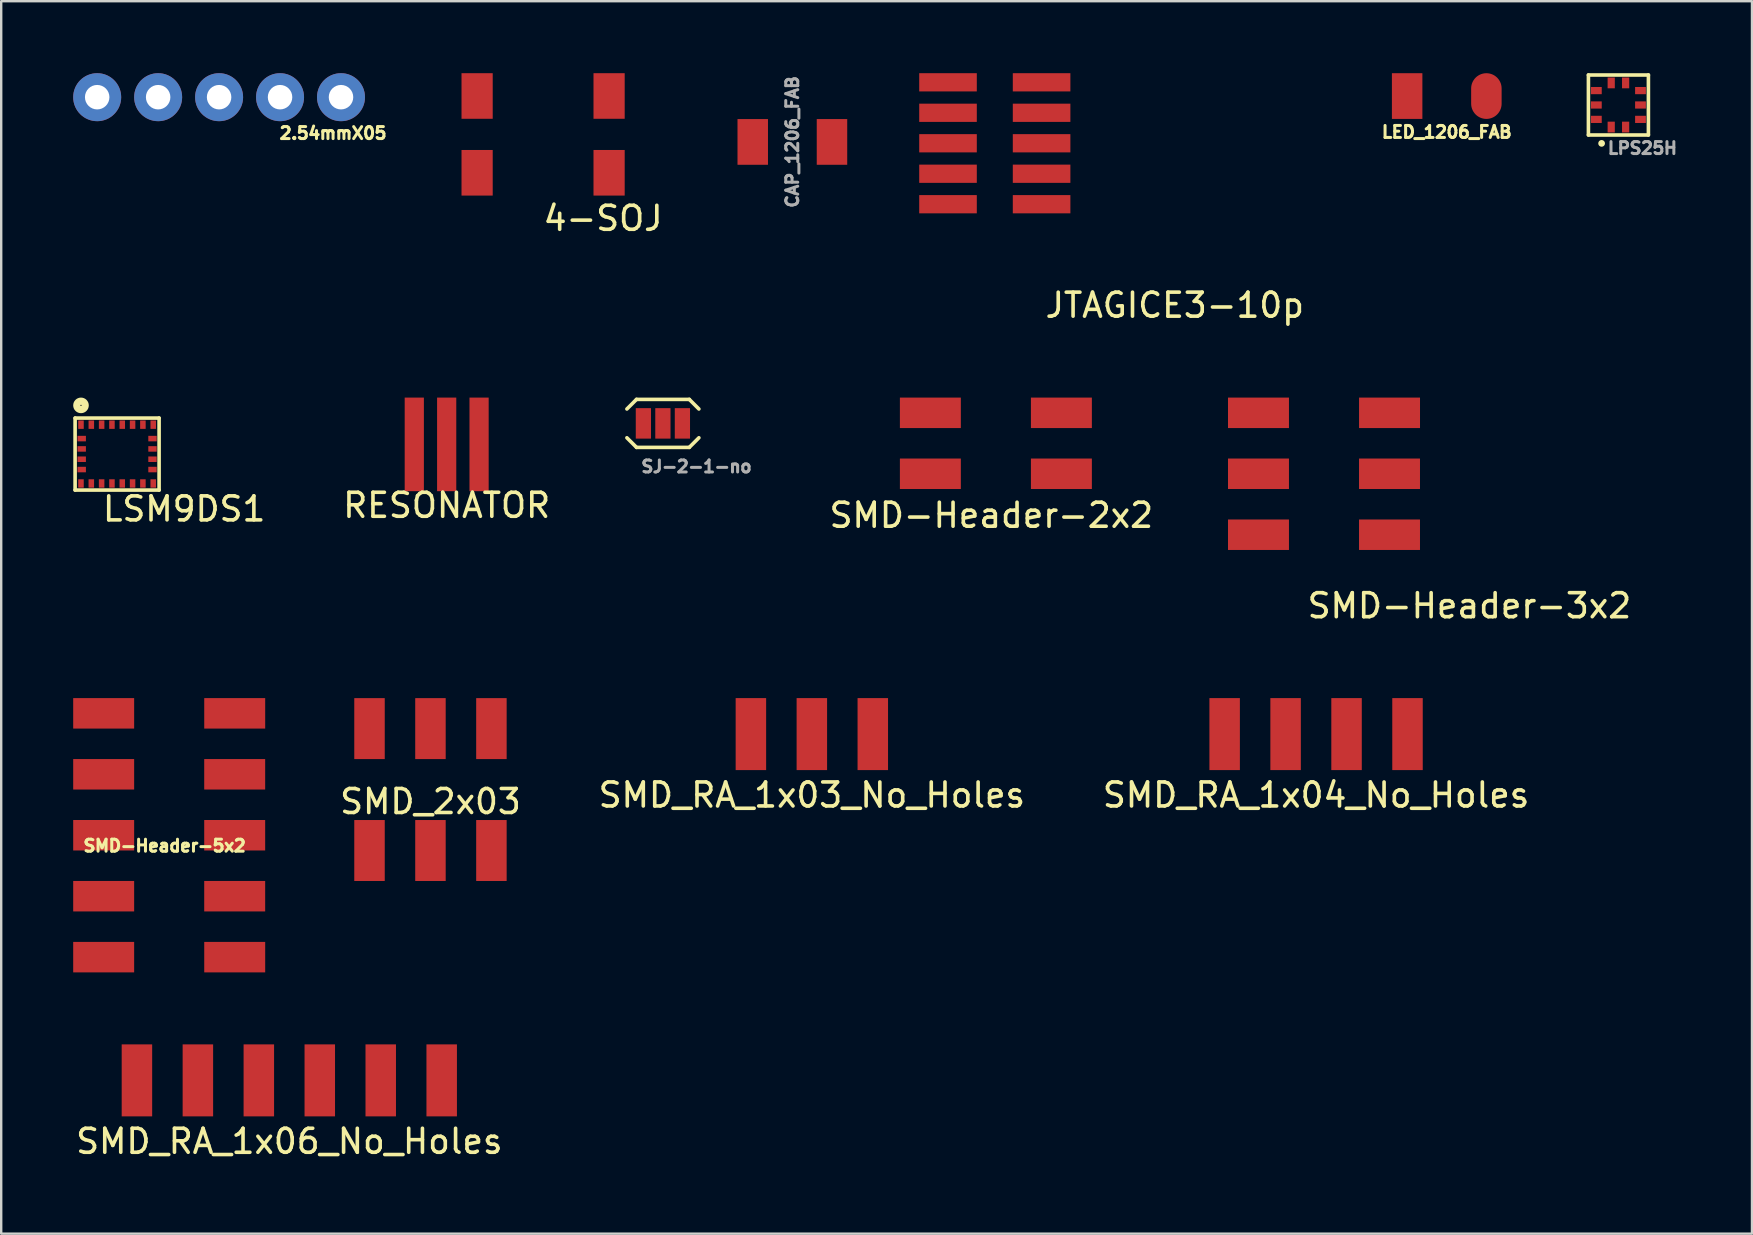
<source format=kicad_pcb>
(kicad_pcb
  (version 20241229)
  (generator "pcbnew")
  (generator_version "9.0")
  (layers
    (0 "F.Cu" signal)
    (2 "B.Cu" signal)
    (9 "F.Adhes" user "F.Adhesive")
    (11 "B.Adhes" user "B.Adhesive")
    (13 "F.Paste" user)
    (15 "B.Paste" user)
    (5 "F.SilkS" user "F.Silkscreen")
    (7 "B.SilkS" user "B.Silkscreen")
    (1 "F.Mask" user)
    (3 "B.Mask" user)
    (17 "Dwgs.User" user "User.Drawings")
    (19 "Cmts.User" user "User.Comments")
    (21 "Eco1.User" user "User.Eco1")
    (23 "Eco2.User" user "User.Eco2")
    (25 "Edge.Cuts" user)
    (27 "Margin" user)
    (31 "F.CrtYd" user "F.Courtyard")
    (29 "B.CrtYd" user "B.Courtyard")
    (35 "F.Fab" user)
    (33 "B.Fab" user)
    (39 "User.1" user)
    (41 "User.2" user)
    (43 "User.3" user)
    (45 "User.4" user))
  (footprint "CAP_1206_FAB"
    (layer "F.Cu")
    (at 29.969 2.864)
    (property "Reference" "CAP_1206_FAB" (at 0 0 90) (layer "F.Fab") (effects (font (size 0.5 0.5) (thickness 0.125))))
    (attr through_hole)
    (pad "1" smd rect (at -1.651 0) (size 1.27 1.905) (layers "F.Cu" "F.Mask" "F.Paste"))
    (pad "2" smd rect (at 1.651 0) (size 1.27 1.905) (layers "F.Cu" "F.Mask" "F.Paste")))
  (footprint "SMD-Header-5x2"
    (layer "F.Cu")
    (at 3.81 31.756)
    (property "Reference" "SMD-Header-5x2" (at 0 0.44 0) (layer "F.SilkS") (effects (font (size 0.5 0.5) (thickness 0.125))))
    (attr through_hole)
    (pad "1" smd rect (at -2.54 -5.08) (size 2.54 1.27) (layers "F.Cu" "F.Mask" "F.Paste"))
    (pad "2" smd rect (at 2.921 -5.08) (size 2.54 1.27) (layers "F.Cu" "F.Mask" "F.Paste"))
    (pad "3" smd rect (at -2.54 -2.54) (size 2.54 1.27) (layers "F.Cu" "F.Mask" "F.Paste"))
    (pad "4" smd rect (at 2.92 -2.54) (size 2.54 1.27) (layers "F.Cu" "F.Mask" "F.Paste"))
    (pad "5" smd rect (at -2.54 0) (size 2.54 1.27) (layers "F.Cu" "F.Mask" "F.Paste"))
    (pad "6" smd rect (at 2.92 0) (size 2.54 1.27) (layers "F.Cu" "F.Mask" "F.Paste"))
    (pad "7" smd rect (at -2.54 2.54) (size 2.54 1.27) (layers "F.Cu" "F.Mask" "F.Paste"))
    (pad "8" smd rect (at 2.92 2.54) (size 2.54 1.27) (layers "F.Cu" "F.Mask" "F.Paste"))
    (pad "9" smd rect (at -2.54 5.08) (size 2.54 1.27) (layers "F.Cu" "F.Mask" "F.Paste"))
    (pad "10" smd rect (at 2.921 5.08) (size 2.54 1.27) (layers "F.Cu" "F.Mask" "F.Paste")))
  (footprint "SJ-2-1-no"
    (layer "F.Cu")
    (at 24.574 14.593)
    (property "Reference" "SJ-2-1-no" (at 1.4 1.8 0) (layer "F.Fab") (effects (font (size 0.5 0.5) (thickness 0.125))))
    (attr through_hole)
    (fp_line (start -1.1 -1) (end -1.5 -0.6) (stroke (width 0.15) (type solid)) (layer "F.SilkS"))
    (fp_line (start -1.1 -1) (end 1.1 -1) (stroke (width 0.15) (type solid)) (layer "F.SilkS"))
    (fp_line (start -1.1 1) (end -1.5 0.6) (stroke (width 0.15) (type solid)) (layer "F.SilkS"))
    (fp_line (start 1.1 -1) (end 1.5 -0.6) (stroke (width 0.15) (type solid)) (layer "F.SilkS"))
    (fp_line (start 1.1 1) (end -1.1 1) (stroke (width 0.15) (type solid)) (layer "F.SilkS"))
    (fp_line (start 1.5 0.6) (end 1.1 1) (stroke (width 0.15) (type solid)) (layer "F.SilkS"))
    (pad "1" smd rect (at 0 0) (size 0.635 1.27) (layers "F.Cu" "F.Mask"))
    (pad "2" smd rect (at -0.813 0) (size 0.635 1.27) (layers "F.Cu" "F.Mask"))
    (pad "3" smd rect (at 0.813 0) (size 0.635 1.27) (layers "F.Cu" "F.Mask")))
  (footprint "4-SOJ"
    (layer "F.Cu")
    (at 19.582 2.55)
    (property "Reference" "4-SOJ" (at 2.5 3.5 0) (layer "F.SilkS") (effects (font (size 1 1) (thickness 0.15))))
    (attr through_hole)
    (pad "1" smd rect (at -2.75 1.6) (size 1.3 1.9) (layers "F.Cu" "F.Mask" "F.Paste"))
    (pad "2" smd rect (at 2.75 1.6) (size 1.3 1.9) (layers "F.Cu" "F.Mask" "F.Paste"))
    (pad "3" smd rect (at 2.75 -1.6) (size 1.3 1.9) (layers "F.Cu" "F.Mask" "F.Paste"))
    (pad "4" smd rect (at -2.75 -1.6) (size 1.3 1.9) (layers "F.Cu" "F.Mask" "F.Paste")))
  (footprint "SMD-Header-3x2"
    (layer "F.Cu")
    (at 51.933 16.693)
    (property "Reference" "SMD-Header-3x2" (at 6.25 5.5 0) (layer "F.SilkS") (effects (font (size 1 1) (thickness 0.15))))
    (attr through_hole)
    (pad "1" smd rect (at -2.54 -2.54) (size 2.54 1.27) (layers "F.Cu" "F.Mask" "F.Paste"))
    (pad "2" smd rect (at 2.921 -2.54) (size 2.54 1.27) (layers "F.Cu" "F.Mask" "F.Paste"))
    (pad "3" smd rect (at -2.54 0) (size 2.54 1.27) (layers "F.Cu" "F.Mask" "F.Paste"))
    (pad "4" smd rect (at 2.92 0) (size 2.54 1.27) (layers "F.Cu" "F.Mask" "F.Paste"))
    (pad "5" smd rect (at -2.54 2.54) (size 2.54 1.27) (layers "F.Cu" "F.Mask" "F.Paste"))
    (pad "6" smd rect (at 2.92 2.54) (size 2.54 1.27) (layers "F.Cu" "F.Mask" "F.Paste")))
  (footprint "LSM9DS1"
    (layer "F.Cu")
    (at 1.83 15.872)
    (property "Reference" "LSM9DS1" (at 2.794 2.286 0) (layer "F.SilkS") (effects (font (size 1 1) (thickness 0.15))))
    (attr through_hole)
    (fp_line (start -1.75 -1.5) (end 1.75 -1.5) (stroke (width 0.15) (type solid)) (layer "F.SilkS"))
    (fp_line (start -1.75 1.5) (end -1.75 -1.5) (stroke (width 0.15) (type solid)) (layer "F.SilkS"))
    (fp_line (start 1.75 -1.5) (end 1.75 1.5) (stroke (width 0.15) (type solid)) (layer "F.SilkS"))
    (fp_line (start 1.75 1.5) (end -1.75 1.5) (stroke (width 0.15) (type solid)) (layer "F.SilkS"))
    (fp_circle (center -1.505 -2.029) (end -1.505 -1.854) (stroke (width 0.3) (type solid)) (fill no) (layer "F.SilkS"))
    (pad "1" smd rect (at -1.505 -1.225) (size 0.23 0.35) (layers "F.Cu" "F.Mask"))
    (pad "2" smd rect (at -1.475 -0.645) (size 0.35 0.23) (layers "F.Cu" "F.Mask"))
    (pad "3" smd rect (at -1.475 -0.215) (size 0.35 0.23) (layers "F.Cu" "F.Mask"))
    (pad "4" smd rect (at -1.475 0.215) (size 0.35 0.23) (layers "F.Cu" "F.Mask"))
    (pad "5" smd rect (at -1.475 0.645) (size 0.35 0.23) (layers "F.Cu" "F.Mask"))
    (pad "6" smd rect (at -1.505 1.225) (size 0.23 0.35) (layers "F.Cu" "F.Mask"))
    (pad "7" smd rect (at -1.075 1.225) (size 0.23 0.35) (layers "F.Cu" "F.Mask"))
    (pad "8" smd rect (at -0.645 1.225) (size 0.23 0.35) (layers "F.Cu" "F.Mask"))
    (pad "9" smd rect (at -0.215 1.225) (size 0.23 0.35) (layers "F.Cu" "F.Mask"))
    (pad "10" smd rect (at 0.215 1.225) (size 0.23 0.35) (layers "F.Cu" "F.Mask"))
    (pad "11" smd rect (at 0.645 1.225) (size 0.23 0.35) (layers "F.Cu" "F.Mask"))
    (pad "12" smd rect (at 1.075 1.225) (size 0.23 0.35) (layers "F.Cu" "F.Mask"))
    (pad "13" smd rect (at 1.505 1.225) (size 0.23 0.35) (layers "F.Cu" "F.Mask"))
    (pad "14" smd rect (at 1.475 0.645) (size 0.35 0.23) (layers "F.Cu" "F.Mask"))
    (pad "15" smd rect (at 1.475 0.215) (size 0.35 0.23) (layers "F.Cu" "F.Mask"))
    (pad "16" smd rect (at 1.475 -0.215) (size 0.35 0.23) (layers "F.Cu" "F.Mask"))
    (pad "17" smd rect (at 1.475 -0.645) (size 0.35 0.23) (layers "F.Cu" "F.Mask"))
    (pad "18" smd rect (at 1.505 -1.225) (size 0.23 0.35) (layers "F.Cu" "F.Mask"))
    (pad "19" smd rect (at 1.075 -1.225) (size 0.23 0.35) (layers "F.Cu" "F.Mask"))
    (pad "20" smd rect (at 0.645 -1.225) (size 0.23 0.35) (layers "F.Cu" "F.Mask"))
    (pad "21" smd rect (at 0.215 -1.225) (size 0.23 0.35) (layers "F.Cu" "F.Mask"))
    (pad "22" smd rect (at -0.215 -1.225) (size 0.23 0.35) (layers "F.Cu" "F.Mask"))
    (pad "23" smd rect (at -0.645 -1.225) (size 0.23 0.35) (layers "F.Cu" "F.Mask"))
    (pad "24" smd rect (at -1.075 -1.225) (size 0.23 0.35) (layers "F.Cu" "F.Mask")))
  (footprint "LED_1206_FAB"
    (layer "F.Cu")
    (at 57.239 0.953)
    (property "Reference" "LED_1206_FAB" (at 0 1.5 0) (layer "F.SilkS") (effects (font (size 0.5 0.5) (thickness 0.125))))
    (attr through_hole)
    (pad "1" smd rect (at -1.651 0) (size 1.27 1.905) (layers "F.Cu" "F.Mask" "F.Paste"))
    (pad "2" smd oval (at 1.651 0) (size 1.27 1.905) (layers "F.Cu" "F.Mask" "F.Paste")))
  (footprint "LPS25H"
    (layer "F.Cu")
    (at 64.392 1.325)
    (property "Reference" "LPS25H" (at 1 1.8 0) (layer "F.Fab") (effects (font (size 0.5 0.5) (thickness 0.125))))
    (attr through_hole)
    (fp_line (start -1.25 -1.25) (end 1.25 -1.25) (stroke (width 0.15) (type solid)) (layer "F.SilkS"))
    (fp_line (start -1.25 1.25) (end -1.25 -1.25) (stroke (width 0.15) (type solid)) (layer "F.SilkS"))
    (fp_line (start 1.25 -1.25) (end 1.25 1.25) (stroke (width 0.15) (type solid)) (layer "F.SilkS"))
    (fp_line (start 1.25 1.25) (end -1.25 1.25) (stroke (width 0.15) (type solid)) (layer "F.SilkS"))
    (fp_circle (center -0.7 1.6) (end -0.75 1.65) (stroke (width 0.14) (type solid)) (fill no) (layer "F.SilkS"))
    (pad "1" smd rect (at -0.3 0.92) (size 0.3 0.45) (layers "F.Cu" "F.Mask" "F.Paste"))
    (pad "2" smd rect (at 0.3 0.92) (size 0.3 0.45) (layers "F.Cu" "F.Mask" "F.Paste"))
    (pad "3" smd rect (at 0.92 0.6 90) (size 0.3 0.45) (layers "F.Cu" "F.Mask" "F.Paste"))
    (pad "4" smd rect (at 0.92 0 90) (size 0.3 0.45) (layers "F.Cu" "F.Mask" "F.Paste"))
    (pad "5" smd rect (at 0.92 -0.6 90) (size 0.3 0.45) (layers "F.Cu" "F.Mask" "F.Paste"))
    (pad "6" smd rect (at 0.3 -0.92) (size 0.3 0.45) (layers "F.Cu" "F.Mask" "F.Paste"))
    (pad "7" smd rect (at -0.3 -0.92) (size 0.3 0.45) (layers "F.Cu" "F.Mask" "F.Paste"))
    (pad "8" smd rect (at -0.92 -0.6 90) (size 0.3 0.45) (layers "F.Cu" "F.Mask" "F.Paste"))
    (pad "9" smd rect (at -0.92 0 90) (size 0.3 0.45) (layers "F.Cu" "F.Mask" "F.Paste"))
    (pad "10" smd rect (at -0.92 0.6 90) (size 0.3 0.45) (layers "F.Cu" "F.Mask" "F.Paste")))
  (footprint "SMD_2x03"
    (layer "F.Cu")
    (at 14.888 29.852)
    (property "Reference" "SMD_2x03" (at 0 0.5 0) (layer "F.SilkS") (effects (font (size 1 1) (thickness 0.15))))
    (attr through_hole)
    (pad "1" smd rect (at -2.54 2.54) (size 1.27 2.54) (layers "F.Cu" "F.Mask" "F.Paste"))
    (pad "2" smd rect (at -2.54 -2.54) (size 1.27 2.54) (layers "F.Cu" "F.Mask" "F.Paste"))
    (pad "3" smd rect (at 0 2.54) (size 1.27 2.54) (layers "F.Cu" "F.Mask" "F.Paste"))
    (pad "4" smd rect (at 0 -2.54) (size 1.27 2.54) (layers "F.Cu" "F.Mask" "F.Paste"))
    (pad "5" smd rect (at 2.54 2.54) (size 1.27 2.54) (layers "F.Cu" "F.Mask" "F.Paste"))
    (pad "6" smd rect (at 2.54 -2.54) (size 1.27 2.54) (layers "F.Cu" "F.Mask" "F.Paste")))
  (footprint "JTAGICE3-10p"
    (layer "F.Cu")
    (at 38.405 2.92)
    (property "Reference" "JTAGICE3-10p" (at 7.5 6.75 0) (layer "F.SilkS") (effects (font (size 1 1) (thickness 0.15))))
    (attr through_hole)
    (pad "1" smd rect (at -1.95 -2.54) (size 2.4 0.76) (layers "F.Cu" "F.Mask" "F.Paste"))
    (pad "2" smd rect (at 1.95 -2.54) (size 2.4 0.76) (layers "F.Cu" "F.Mask" "F.Paste"))
    (pad "3" smd rect (at -1.95 -1.27) (size 2.4 0.76) (layers "F.Cu" "F.Mask" "F.Paste"))
    (pad "4" smd rect (at 1.95 -1.27) (size 2.4 0.76) (layers "F.Cu" "F.Mask" "F.Paste"))
    (pad "5" smd rect (at -1.95 0) (size 2.4 0.76) (layers "F.Cu" "F.Mask" "F.Paste"))
    (pad "6" smd rect (at 1.95 0) (size 2.4 0.76) (layers "F.Cu" "F.Mask" "F.Paste"))
    (pad "7" smd rect (at -1.95 1.27) (size 2.4 0.76) (layers "F.Cu" "F.Mask" "F.Paste"))
    (pad "8" smd rect (at 1.95 1.27) (size 2.4 0.76) (layers "F.Cu" "F.Mask" "F.Paste"))
    (pad "9" smd rect (at -1.95 2.54) (size 2.4 0.76) (layers "F.Cu" "F.Mask" "F.Paste"))
    (pad "10" smd rect (at 1.95 2.54) (size 2.4 0.76) (layers "F.Cu" "F.Mask" "F.Paste")))
  (footprint "SMD-Header-2x2"
    (layer "F.Cu")
    (at 38.26 15.423)
    (property "Reference" "SMD-Header-2x2" (at 0 3 0) (layer "F.SilkS") (effects (font (size 1 1) (thickness 0.15))))
    (attr through_hole)
    (pad "1" smd rect (at -2.54 -1.27) (size 2.54 1.27) (layers "F.Cu" "F.Mask" "F.Paste"))
    (pad "2" smd rect (at 2.92 -1.27) (size 2.54 1.27) (layers "F.Cu" "F.Mask" "F.Paste"))
    (pad "3" smd rect (at -2.54 1.27) (size 2.54 1.27) (layers "F.Cu" "F.Mask" "F.Paste"))
    (pad "4" smd rect (at 2.92 1.27) (size 2.54 1.27) (layers "F.Cu" "F.Mask" "F.Paste")))
  (footprint "SMD_RA_1x04_No_Holes"
    (layer "F.Cu")
    (at 51.793 27.541)
    (property "Reference" "SMD_RA_1x04_No_Holes" (at 0 2.54 0) (layer "F.SilkS") (effects (font (size 1 1) (thickness 0.15))))
    (attr through_hole)
    (pad "1" smd rect (at -3.81 0) (size 1.27 3) (layers "F.Cu" "F.Mask" "F.Paste"))
    (pad "2" smd rect (at -1.27 0) (size 1.27 3) (layers "F.Cu" "F.Mask" "F.Paste"))
    (pad "3" smd rect (at 1.27 0) (size 1.27 3) (layers "F.Cu" "F.Mask" "F.Paste"))
    (pad "4" smd rect (at 3.81 0) (size 1.27 3) (layers "F.Cu" "F.Mask" "F.Paste")))
  (footprint "RESONATOR"
    (layer "F.Cu")
    (at 15.564 15.468)
    (property "Reference" "RESONATOR" (at 0 2.54 0) (layer "F.SilkS") (effects (font (size 1 1) (thickness 0.15))))
    (attr through_hole)
    (pad "1" smd rect (at -1.35 0) (size 0.8 3.9) (layers "F.Cu" "F.Mask" "F.Paste"))
    (pad "2" smd rect (at 1.35 0) (size 0.8 3.9) (layers "F.Cu" "F.Mask" "F.Paste"))
    (pad "3" smd rect (at 0 0) (size 0.8 3.9) (layers "F.Cu" "F.Mask" "F.Paste")))
  (footprint "2.54mmX05"
    (layer "F.Cu")
    (at 6.08 1)
    (property "Reference" "2.54mmX05" (at 4.75 1.5 0) (layer "F.SilkS") (effects (font (size 0.5 0.5) (thickness 0.125))))
    (attr through_hole)
    (pad "1" thru_hole circle (at -5.08 0) (size 2 2) (drill 1.02) (layers "*.Cu" "*.Mask"))
    (pad "2" thru_hole circle (at -2.54 0) (size 2 2) (drill 1.02) (layers "*.Cu" "*.Mask"))
    (pad "3" thru_hole circle (at 0 0) (size 2 2) (drill 1.02) (layers "*.Cu" "*.Mask"))
    (pad "4" thru_hole circle (at 2.54 0) (size 2 2) (drill 1.02) (layers "*.Cu" "*.Mask"))
    (pad "5" thru_hole circle (at 5.08 0) (size 2 2) (drill 1.02) (layers "*.Cu" "*.Mask")))
  (footprint "SMD_RA_1x03_No_Holes"
    (layer "F.Cu")
    (at 30.781 27.541)
    (property "Reference" "SMD_RA_1x03_No_Holes" (at 0 2.54 0) (layer "F.SilkS") (effects (font (size 1 1) (thickness 0.15))))
    (attr through_hole)
    (pad "1" smd rect (at -2.54 0) (size 1.27 3) (layers "F.Cu" "F.Mask" "F.Paste"))
    (pad "2" smd rect (at 0 0) (size 1.27 3) (layers "F.Cu" "F.Mask" "F.Paste"))
    (pad "3" smd rect (at 2.54 0) (size 1.27 3) (layers "F.Cu" "F.Mask" "F.Paste")))
  (footprint "SMD_RA_1x06_No_Holes"
    (layer "F.Cu")
    (at 9.006 41.971)
    (property "Reference" "SMD_RA_1x06_No_Holes" (at 0 2.54 0) (layer "F.SilkS") (effects (font (size 1 1) (thickness 0.15))))
    (attr through_hole)
    (pad "1" smd rect (at -6.35 0) (size 1.27 3) (layers "F.Cu" "F.Mask" "F.Paste"))
    (pad "2" smd rect (at -3.81 0) (size 1.27 3) (layers "F.Cu" "F.Mask" "F.Paste"))
    (pad "3" smd rect (at -1.27 0) (size 1.27 3) (layers "F.Cu" "F.Mask" "F.Paste"))
    (pad "4" smd rect (at 1.27 0) (size 1.27 3) (layers "F.Cu" "F.Mask" "F.Paste"))
    (pad "5" smd rect (at 3.81 0) (size 1.27 3) (layers "F.Cu" "F.Mask" "F.Paste"))
    (pad "6" smd rect (at 6.35 0) (size 1.27 3) (layers "F.Cu" "F.Mask" "F.Paste")))
  (gr_rect
    (start -3 -3)
    (end 69.958 48.36)
    (stroke (width 0.1) (type default))
    (fill no)
    (layer "Edge.Cuts")))
</source>
